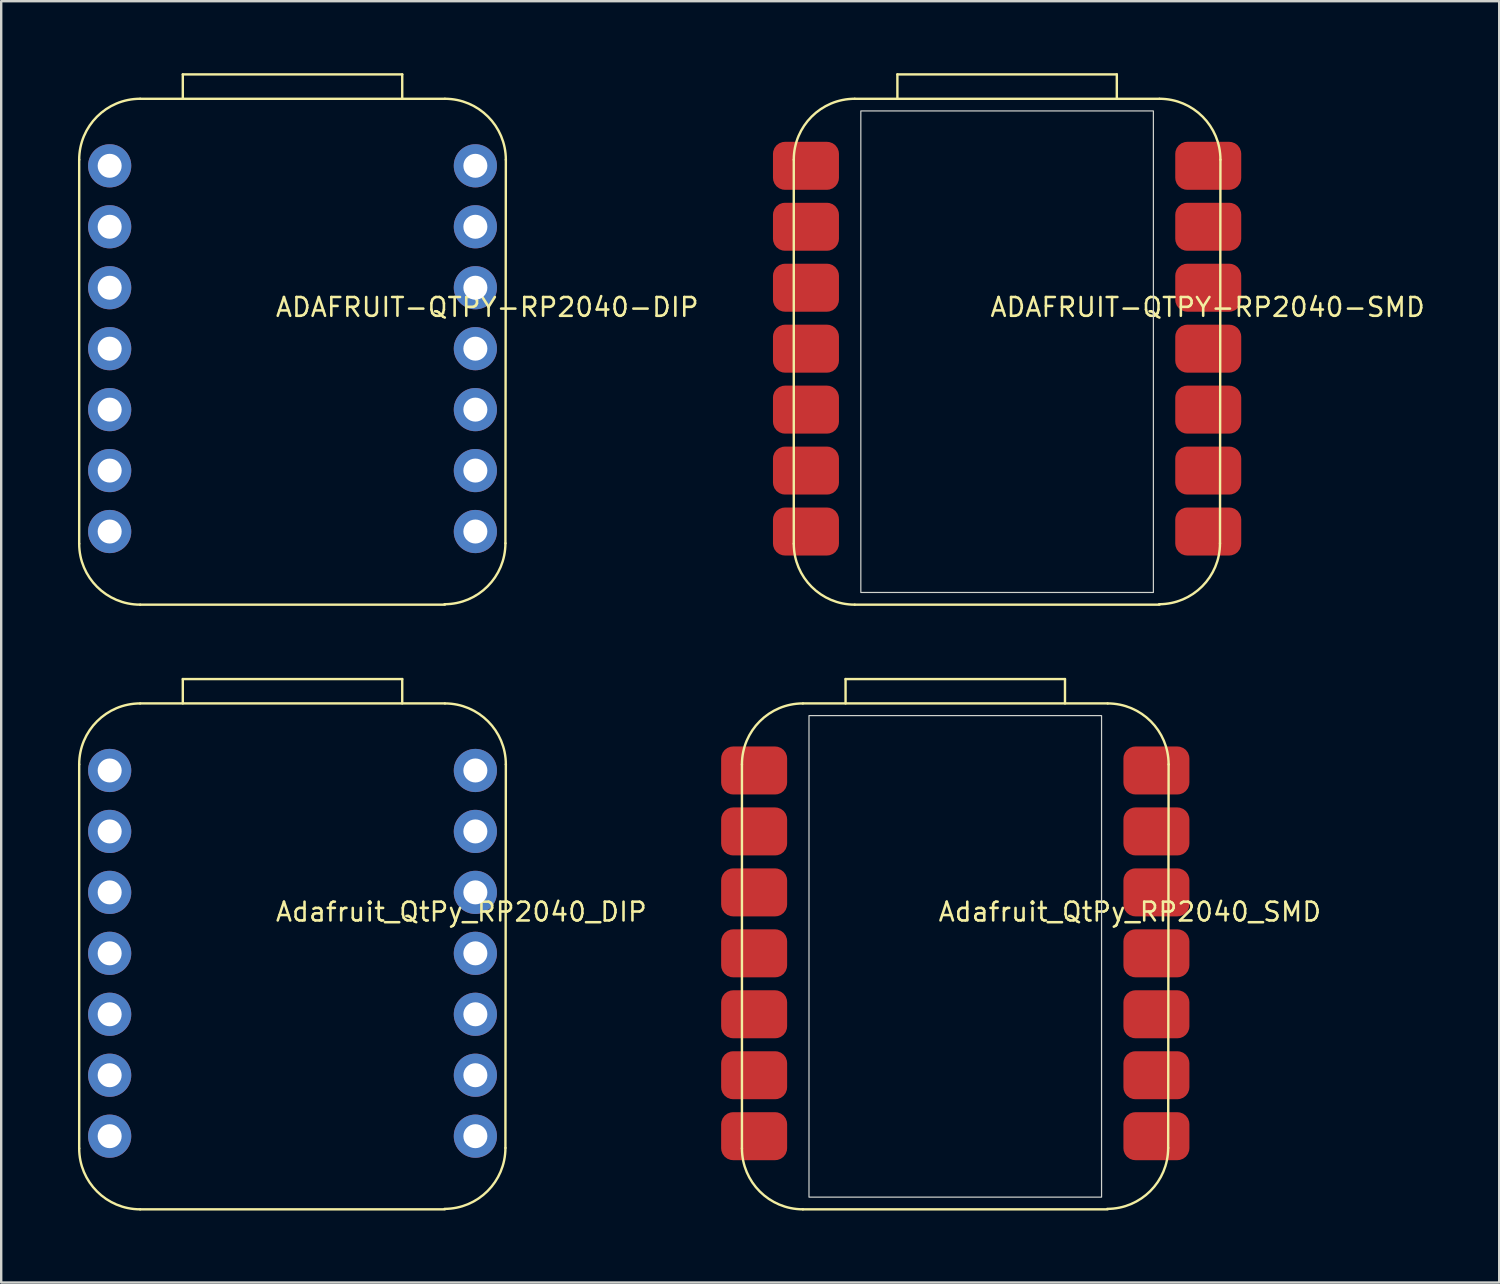
<source format=kicad_pcb>
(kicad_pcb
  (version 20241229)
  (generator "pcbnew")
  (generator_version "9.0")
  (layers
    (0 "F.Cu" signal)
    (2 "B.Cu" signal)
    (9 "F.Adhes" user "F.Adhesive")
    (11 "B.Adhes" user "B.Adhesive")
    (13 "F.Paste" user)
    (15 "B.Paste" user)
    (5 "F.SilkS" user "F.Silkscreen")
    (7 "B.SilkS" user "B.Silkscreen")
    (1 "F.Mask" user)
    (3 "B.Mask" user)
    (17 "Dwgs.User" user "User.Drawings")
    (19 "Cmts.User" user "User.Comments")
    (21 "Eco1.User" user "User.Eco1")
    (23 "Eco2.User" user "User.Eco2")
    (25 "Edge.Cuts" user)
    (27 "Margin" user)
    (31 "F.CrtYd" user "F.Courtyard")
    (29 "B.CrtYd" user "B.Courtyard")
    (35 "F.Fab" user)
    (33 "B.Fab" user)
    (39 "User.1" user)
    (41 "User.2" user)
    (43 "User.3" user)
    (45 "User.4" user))
  (footprint "ADAFRUIT-QTPY-RP2040-DIP"
    (layer "F.Cu")
    (at 0.25 1.066)
    (property "Reference" "ADAFRUIT-QTPY-RP2040-DIP" (at 8.128 9.144 0) (layer "F.SilkS") (effects (font (size 0.782 0.782) (thickness 0.107)) (justify left bottom)))
    (fp_line (start 0 2.54) (end 0 18.542) (stroke (width 0.1) (type default)) (layer "F.SilkS"))
    (fp_line (start 2.54 0) (end 15.24 0) (stroke (width 0.1) (type default)) (layer "F.SilkS"))
    (fp_line (start 4.318 -1.016) (end 4.318 0) (stroke (width 0.1) (type default)) (layer "F.SilkS"))
    (fp_line (start 4.318 -1.016) (end 13.462 -1.016) (stroke (width 0.1) (type default)) (layer "F.SilkS"))
    (fp_line (start 13.462 -1.016) (end 13.462 0) (stroke (width 0.1) (type default)) (layer "F.SilkS"))
    (fp_line (start 15.24 21.082) (end 2.54 21.082) (stroke (width 0.1) (type default)) (layer "F.SilkS"))
    (fp_line (start 17.78 2.54) (end 17.762 18.524) (stroke (width 0.1) (type default)) (layer "F.SilkS"))
    (fp_arc (start 0 2.54) (mid 0.743949 0.743949) (end 2.54 0) (stroke (width 0.1) (type default)) (layer "F.SilkS"))
    (fp_arc (start 2.54 21.082) (mid 0.743949 20.338051) (end 0 18.542) (stroke (width 0.1) (type default)) (layer "F.SilkS"))
    (fp_arc (start 15.24 0) (mid 17.036051 0.743949) (end 17.78 2.54) (stroke (width 0.1) (type default)) (layer "F.SilkS"))
    (fp_arc (start 17.761949 18.523949) (mid 17.018 20.32) (end 15.221949 21.063949) (stroke (width 0.1) (type default)) (layer "F.SilkS"))
    (pad "1" thru_hole circle (at 1.27 2.794) (size 1.8 1.8) (drill 1) (layers "*.Cu" "*.Mask"))
    (pad "2" thru_hole circle (at 1.27 5.334) (size 1.8 1.8) (drill 1) (layers "*.Cu" "*.Mask"))
    (pad "3" thru_hole circle (at 1.27 7.874) (size 1.8 1.8) (drill 1) (layers "*.Cu" "*.Mask"))
    (pad "4" thru_hole circle (at 1.27 10.414) (size 1.8 1.8) (drill 1) (layers "*.Cu" "*.Mask"))
    (pad "5" thru_hole circle (at 1.27 12.954) (size 1.8 1.8) (drill 1) (layers "*.Cu" "*.Mask"))
    (pad "6" thru_hole circle (at 1.27 15.494) (size 1.8 1.8) (drill 1) (layers "*.Cu" "*.Mask"))
    (pad "7" thru_hole circle (at 1.27 18.034) (size 1.8 1.8) (drill 1) (layers "*.Cu" "*.Mask"))
    (pad "8" thru_hole circle (at 16.51 18.034) (size 1.8 1.8) (drill 1) (layers "*.Cu" "*.Mask"))
    (pad "9" thru_hole circle (at 16.51 15.494) (size 1.8 1.8) (drill 1) (layers "*.Cu" "*.Mask"))
    (pad "10" thru_hole circle (at 16.51 12.954) (size 1.8 1.8) (drill 1) (layers "*.Cu" "*.Mask"))
    (pad "11" thru_hole circle (at 16.51 10.414) (size 1.8 1.8) (drill 1) (layers "*.Cu" "*.Mask"))
    (pad "12" thru_hole circle (at 16.51 7.874) (size 1.8 1.8) (drill 1) (layers "*.Cu" "*.Mask"))
    (pad "13" thru_hole circle (at 16.51 5.334) (size 1.8 1.8) (drill 1) (layers "*.Cu" "*.Mask"))
    (pad "14" thru_hole circle (at 16.51 2.794) (size 1.8 1.8) (drill 1) (layers "*.Cu" "*.Mask")))
  (footprint "Adafruit_QtPy_RP2040_SMD"
    (layer "F.Cu")
    (at 27.869 26.264)
    (property "Reference" "Adafruit_QtPy_RP2040_SMD" (at 8.128 9.144 0) (layer "F.SilkS") (effects (font (size 0.782 0.782) (thickness 0.107)) (justify left bottom)))
    (fp_line (start 0 2.54) (end 0 18.542) (stroke (width 0.1) (type default)) (layer "F.SilkS"))
    (fp_line (start 2.54 0) (end 15.24 0) (stroke (width 0.1) (type default)) (layer "F.SilkS"))
    (fp_line (start 4.318 -1.016) (end 4.318 0) (stroke (width 0.1) (type default)) (layer "F.SilkS"))
    (fp_line (start 4.318 -1.016) (end 13.462 -1.016) (stroke (width 0.1) (type default)) (layer "F.SilkS"))
    (fp_line (start 13.462 -1.016) (end 13.462 0) (stroke (width 0.1) (type default)) (layer "F.SilkS"))
    (fp_line (start 15.24 21.082) (end 2.54 21.082) (stroke (width 0.1) (type default)) (layer "F.SilkS"))
    (fp_line (start 17.78 2.54) (end 17.762 18.524) (stroke (width 0.1) (type default)) (layer "F.SilkS"))
    (fp_arc (start 0 2.54) (mid 0.743949 0.743949) (end 2.54 0) (stroke (width 0.1) (type default)) (layer "F.SilkS"))
    (fp_arc (start 2.54 21.082) (mid 0.743949 20.338051) (end 0 18.542) (stroke (width 0.1) (type default)) (layer "F.SilkS"))
    (fp_arc (start 15.24 0) (mid 17.036051 0.743949) (end 17.78 2.54) (stroke (width 0.1) (type default)) (layer "F.SilkS"))
    (fp_arc (start 17.761949 18.523949) (mid 17.018 20.32) (end 15.221949 21.063949) (stroke (width 0.1) (type default)) (layer "F.SilkS"))
    (fp_rect (start 2.794 0.508) (end 14.986 20.574) (stroke (width 0.05) (type default)) (fill no) (layer "Edge.Cuts"))
    (pad "1" smd roundrect (at 0.508 2.794) (size 2.75 2) (layers "F.Cu" "F.Mask" "F.Paste") (roundrect_rratio 0.25))
    (pad "2" smd roundrect (at 0.508 5.334) (size 2.75 2) (layers "F.Cu" "F.Mask" "F.Paste") (roundrect_rratio 0.25))
    (pad "3" smd roundrect (at 0.508 7.874) (size 2.75 2) (layers "F.Cu" "F.Mask" "F.Paste") (roundrect_rratio 0.25))
    (pad "4" smd roundrect (at 0.508 10.414) (size 2.75 2) (layers "F.Cu" "F.Mask" "F.Paste") (roundrect_rratio 0.25))
    (pad "5" smd roundrect (at 0.508 12.954) (size 2.75 2) (layers "F.Cu" "F.Mask" "F.Paste") (roundrect_rratio 0.25))
    (pad "6" smd roundrect (at 0.508 15.494) (size 2.75 2) (layers "F.Cu" "F.Mask" "F.Paste") (roundrect_rratio 0.25))
    (pad "7" smd roundrect (at 0.508 18.034) (size 2.75 2) (layers "F.Cu" "F.Mask" "F.Paste") (roundrect_rratio 0.25))
    (pad "8" smd roundrect (at 17.272 18.034) (size 2.75 2) (layers "F.Cu" "F.Mask" "F.Paste") (roundrect_rratio 0.25))
    (pad "9" smd roundrect (at 17.272 15.494) (size 2.75 2) (layers "F.Cu" "F.Mask" "F.Paste") (roundrect_rratio 0.25))
    (pad "10" smd roundrect (at 17.272 12.954) (size 2.75 2) (layers "F.Cu" "F.Mask" "F.Paste") (roundrect_rratio 0.25))
    (pad "11" smd roundrect (at 17.272 10.414) (size 2.75 2) (layers "F.Cu" "F.Mask" "F.Paste") (roundrect_rratio 0.25))
    (pad "12" smd roundrect (at 17.272 7.874) (size 2.75 2) (layers "F.Cu" "F.Mask" "F.Paste") (roundrect_rratio 0.25))
    (pad "13" smd roundrect (at 17.272 5.334) (size 2.75 2) (layers "F.Cu" "F.Mask" "F.Paste") (roundrect_rratio 0.25))
    (pad "14" smd roundrect (at 17.272 2.794) (size 2.75 2) (layers "F.Cu" "F.Mask" "F.Paste") (roundrect_rratio 0.25)))
  (footprint "Adafruit_QtPy_RP2040_DIP"
    (layer "F.Cu")
    (at 0.25 26.264)
    (property "Reference" "Adafruit_QtPy_RP2040_DIP" (at 8.128 9.144 0) (layer "F.SilkS") (effects (font (size 0.782 0.782) (thickness 0.107)) (justify left bottom)))
    (fp_line (start 0 2.54) (end 0 18.542) (stroke (width 0.1) (type default)) (layer "F.SilkS"))
    (fp_line (start 2.54 0) (end 15.24 0) (stroke (width 0.1) (type default)) (layer "F.SilkS"))
    (fp_line (start 4.318 -1.016) (end 4.318 0) (stroke (width 0.1) (type default)) (layer "F.SilkS"))
    (fp_line (start 4.318 -1.016) (end 13.462 -1.016) (stroke (width 0.1) (type default)) (layer "F.SilkS"))
    (fp_line (start 13.462 -1.016) (end 13.462 0) (stroke (width 0.1) (type default)) (layer "F.SilkS"))
    (fp_line (start 15.24 21.082) (end 2.54 21.082) (stroke (width 0.1) (type default)) (layer "F.SilkS"))
    (fp_line (start 17.78 2.54) (end 17.762 18.524) (stroke (width 0.1) (type default)) (layer "F.SilkS"))
    (fp_arc (start 0 2.54) (mid 0.743949 0.743949) (end 2.54 0) (stroke (width 0.1) (type default)) (layer "F.SilkS"))
    (fp_arc (start 2.54 21.082) (mid 0.743949 20.338051) (end 0 18.542) (stroke (width 0.1) (type default)) (layer "F.SilkS"))
    (fp_arc (start 15.24 0) (mid 17.036051 0.743949) (end 17.78 2.54) (stroke (width 0.1) (type default)) (layer "F.SilkS"))
    (fp_arc (start 17.761949 18.523949) (mid 17.018 20.32) (end 15.221949 21.063949) (stroke (width 0.1) (type default)) (layer "F.SilkS"))
    (pad "1" thru_hole circle (at 1.27 2.794) (size 1.8 1.8) (drill 1) (layers "*.Cu" "*.Mask"))
    (pad "2" thru_hole circle (at 1.27 5.334) (size 1.8 1.8) (drill 1) (layers "*.Cu" "*.Mask"))
    (pad "3" thru_hole circle (at 1.27 7.874) (size 1.8 1.8) (drill 1) (layers "*.Cu" "*.Mask"))
    (pad "4" thru_hole circle (at 1.27 10.414) (size 1.8 1.8) (drill 1) (layers "*.Cu" "*.Mask"))
    (pad "5" thru_hole circle (at 1.27 12.954) (size 1.8 1.8) (drill 1) (layers "*.Cu" "*.Mask"))
    (pad "6" thru_hole circle (at 1.27 15.494) (size 1.8 1.8) (drill 1) (layers "*.Cu" "*.Mask"))
    (pad "7" thru_hole circle (at 1.27 18.034) (size 1.8 1.8) (drill 1) (layers "*.Cu" "*.Mask"))
    (pad "8" thru_hole circle (at 16.51 18.034) (size 1.8 1.8) (drill 1) (layers "*.Cu" "*.Mask"))
    (pad "9" thru_hole circle (at 16.51 15.494) (size 1.8 1.8) (drill 1) (layers "*.Cu" "*.Mask"))
    (pad "10" thru_hole circle (at 16.51 12.954) (size 1.8 1.8) (drill 1) (layers "*.Cu" "*.Mask"))
    (pad "11" thru_hole circle (at 16.51 10.414) (size 1.8 1.8) (drill 1) (layers "*.Cu" "*.Mask"))
    (pad "12" thru_hole circle (at 16.51 7.874) (size 1.8 1.8) (drill 1) (layers "*.Cu" "*.Mask"))
    (pad "13" thru_hole circle (at 16.51 5.334) (size 1.8 1.8) (drill 1) (layers "*.Cu" "*.Mask"))
    (pad "14" thru_hole circle (at 16.51 2.794) (size 1.8 1.8) (drill 1) (layers "*.Cu" "*.Mask")))
  (footprint "ADAFRUIT-QTPY-RP2040-SMD"
    (layer "F.Cu")
    (at 30.029 1.066)
    (property "Reference" "ADAFRUIT-QTPY-RP2040-SMD" (at 8.128 9.144 0) (layer "F.SilkS") (effects (font (size 0.782 0.782) (thickness 0.107)) (justify left bottom)))
    (fp_line (start 0 2.54) (end 0 18.542) (stroke (width 0.1) (type default)) (layer "F.SilkS"))
    (fp_line (start 2.54 0) (end 15.24 0) (stroke (width 0.1) (type default)) (layer "F.SilkS"))
    (fp_line (start 4.318 -1.016) (end 4.318 0) (stroke (width 0.1) (type default)) (layer "F.SilkS"))
    (fp_line (start 4.318 -1.016) (end 13.462 -1.016) (stroke (width 0.1) (type default)) (layer "F.SilkS"))
    (fp_line (start 13.462 -1.016) (end 13.462 0) (stroke (width 0.1) (type default)) (layer "F.SilkS"))
    (fp_line (start 15.24 21.082) (end 2.54 21.082) (stroke (width 0.1) (type default)) (layer "F.SilkS"))
    (fp_line (start 17.78 2.54) (end 17.762 18.524) (stroke (width 0.1) (type default)) (layer "F.SilkS"))
    (fp_arc (start 0 2.54) (mid 0.743949 0.743949) (end 2.54 0) (stroke (width 0.1) (type default)) (layer "F.SilkS"))
    (fp_arc (start 2.54 21.082) (mid 0.743949 20.338051) (end 0 18.542) (stroke (width 0.1) (type default)) (layer "F.SilkS"))
    (fp_arc (start 15.24 0) (mid 17.036051 0.743949) (end 17.78 2.54) (stroke (width 0.1) (type default)) (layer "F.SilkS"))
    (fp_arc (start 17.761949 18.523949) (mid 17.018 20.32) (end 15.221949 21.063949) (stroke (width 0.1) (type default)) (layer "F.SilkS"))
    (fp_rect (start 2.794 0.508) (end 14.986 20.574) (stroke (width 0.05) (type default)) (fill no) (layer "Edge.Cuts"))
    (pad "1" smd roundrect (at 0.508 2.794) (size 2.75 2) (layers "F.Cu" "F.Mask" "F.Paste") (roundrect_rratio 0.25))
    (pad "2" smd roundrect (at 0.508 5.334) (size 2.75 2) (layers "F.Cu" "F.Mask" "F.Paste") (roundrect_rratio 0.25))
    (pad "3" smd roundrect (at 0.508 7.874) (size 2.75 2) (layers "F.Cu" "F.Mask" "F.Paste") (roundrect_rratio 0.25))
    (pad "4" smd roundrect (at 0.508 10.414) (size 2.75 2) (layers "F.Cu" "F.Mask" "F.Paste") (roundrect_rratio 0.25))
    (pad "5" smd roundrect (at 0.508 12.954) (size 2.75 2) (layers "F.Cu" "F.Mask" "F.Paste") (roundrect_rratio 0.25))
    (pad "6" smd roundrect (at 0.508 15.494) (size 2.75 2) (layers "F.Cu" "F.Mask" "F.Paste") (roundrect_rratio 0.25))
    (pad "7" smd roundrect (at 0.508 18.034) (size 2.75 2) (layers "F.Cu" "F.Mask" "F.Paste") (roundrect_rratio 0.25))
    (pad "8" smd roundrect (at 17.272 18.034) (size 2.75 2) (layers "F.Cu" "F.Mask" "F.Paste") (roundrect_rratio 0.25))
    (pad "9" smd roundrect (at 17.272 15.494) (size 2.75 2) (layers "F.Cu" "F.Mask" "F.Paste") (roundrect_rratio 0.25))
    (pad "10" smd roundrect (at 17.272 12.954) (size 2.75 2) (layers "F.Cu" "F.Mask" "F.Paste") (roundrect_rratio 0.25))
    (pad "11" smd roundrect (at 17.272 10.414) (size 2.75 2) (layers "F.Cu" "F.Mask" "F.Paste") (roundrect_rratio 0.25))
    (pad "12" smd roundrect (at 17.272 7.874) (size 2.75 2) (layers "F.Cu" "F.Mask" "F.Paste") (roundrect_rratio 0.25))
    (pad "13" smd roundrect (at 17.272 5.334) (size 2.75 2) (layers "F.Cu" "F.Mask" "F.Paste") (roundrect_rratio 0.25))
    (pad "14" smd roundrect (at 17.272 2.794) (size 2.75 2) (layers "F.Cu" "F.Mask" "F.Paste") (roundrect_rratio 0.25)))
  (gr_rect
    (start -3 -3)
    (end 59.426 50.396)
    (stroke (width 0.1) (type default))
    (fill no)
    (layer "Edge.Cuts")))
</source>
